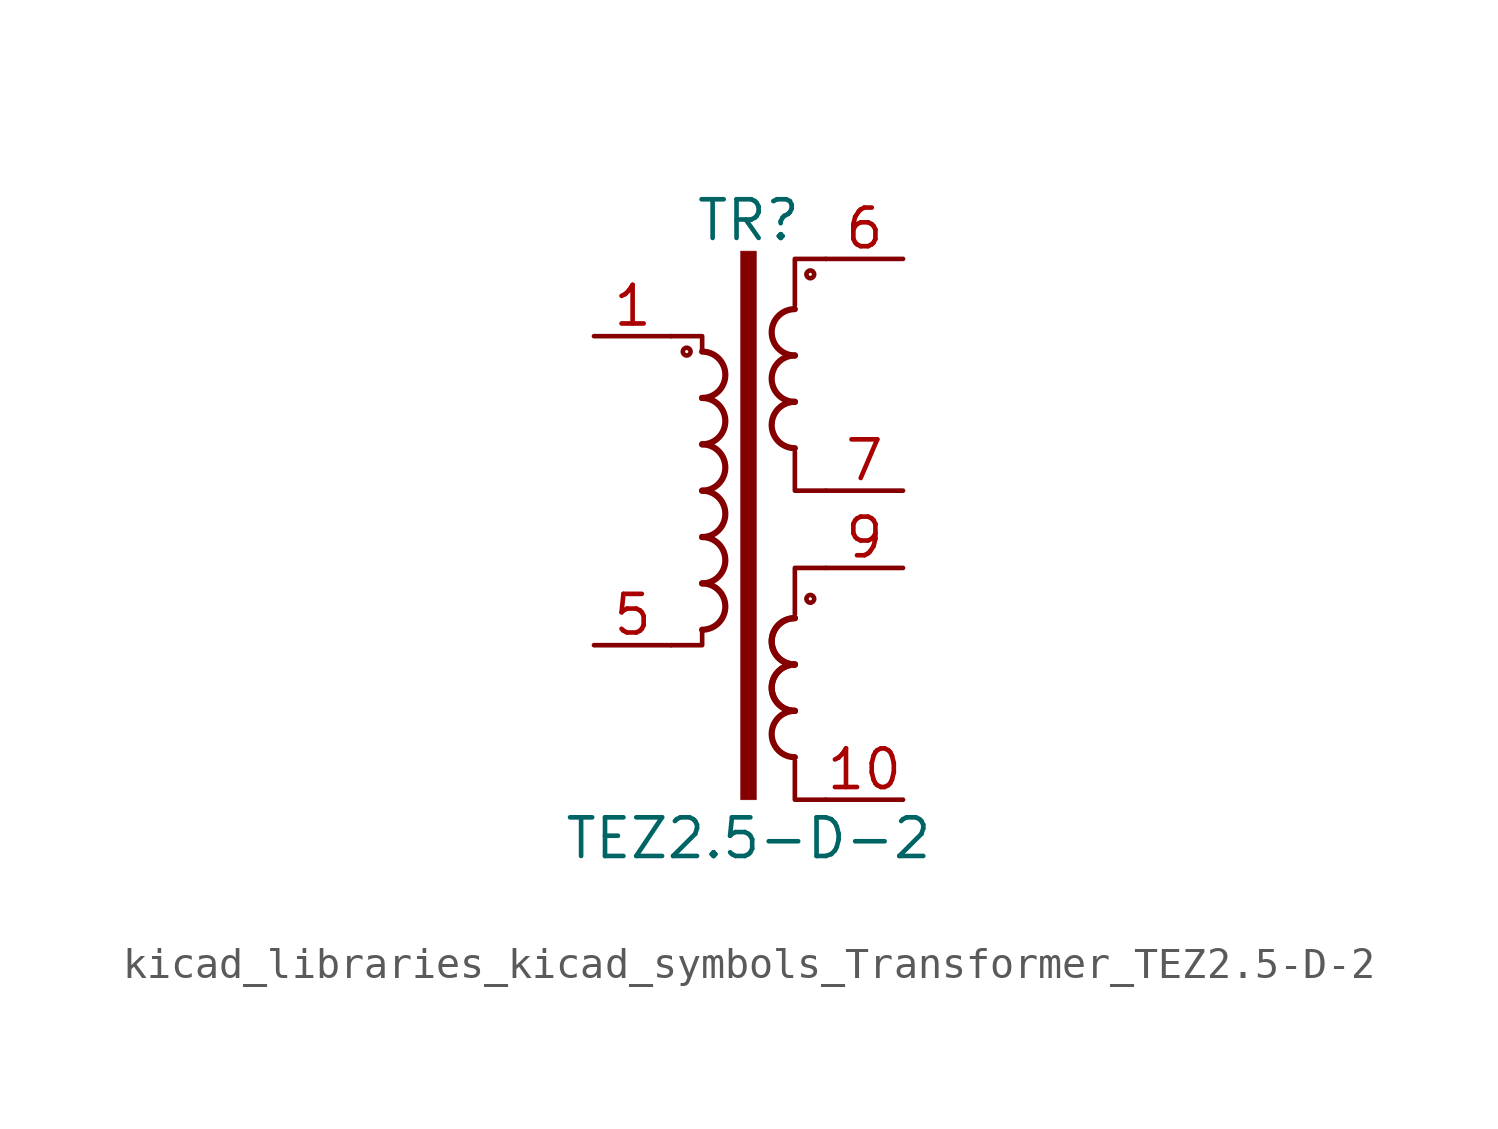
<source format=kicad_sym>
(kicad_symbol_lib
  (version 20220914)
  (generator kicad_symbol_editor)
  (symbol "kicad_libraries_kicad_symbols_Transformer_TEZ2.5-D-2"
    (pin_names
      (offset 0.025))
    (property "Reference" "TR"
      (at 0 8.89 0)
      (effects (font (size 1.27 1.27))))
    (property "Value" "TEZ2.5-D-2"
      (at 0 -11.43 0)
      (effects (font (size 1.27 1.27))))
    (symbol "kicad_libraries_kicad_symbols_Transformer_TEZ2.5-D-2_0_1"
      (circle (center -2.032 4.572) (radius 0.127) (stroke (width 0) (type default)) (fill (type none)))
      (arc (start -1.524 -4.572) (mid -0.7653 -3.81) (end -1.524 -3.048) (stroke (width 0.2032) (type default)) (fill (type none)))
      (arc (start -1.524 -3.048) (mid -0.7653 -2.286) (end -1.524 -1.524) (stroke (width 0.2032) (type default)) (fill (type none)))
      (arc (start -1.524 -1.524) (mid -0.7653 -0.762) (end -1.524 0) (stroke (width 0.2032) (type default)) (fill (type none)))
      (arc (start -1.524 0) (mid -0.7653 0.762) (end -1.524 1.524) (stroke (width 0.2032) (type default)) (fill (type none)))
      (arc (start -1.524 1.524) (mid -0.7653 2.286) (end -1.524 3.048) (stroke (width 0.2032) (type default)) (fill (type none)))
      (arc (start -1.524 3.048) (mid -0.7653 3.81) (end -1.524 4.572) (stroke (width 0.2032) (type default)) (fill (type none)))
      (rectangle (start -0.254 7.874) (end 0.254 -10.16) (stroke (width 0.025) (type default)) (fill (type outline)))
      (polyline (pts (xy -1.524 -4.572) (xy -1.524 -5.08) (xy -2.54 -5.08)) (stroke (width 0) (type default)) (fill (type none)))
      (polyline (pts (xy -1.524 4.572) (xy -1.524 5.08) (xy -2.54 5.08)) (stroke (width 0) (type default)) (fill (type none)))
      (polyline (pts (xy 1.524 -8.89) (xy 1.524 -10.16) (xy 2.54 -10.16)) (stroke (width 0) (type default)) (fill (type none)))
      (polyline (pts (xy 2.54 -2.54) (xy 1.524 -2.54) (xy 1.524 -4.064)) (stroke (width 0) (type default)) (fill (type none)))
      (polyline (pts (xy 2.54 0) (xy 1.524 0) (xy 1.524 1.27)) (stroke (width 0) (type default)) (fill (type none)))
      (polyline (pts (xy 2.54 7.62) (xy 1.524 7.62) (xy 1.524 6.096)) (stroke (width 0) (type default)) (fill (type none)))
      (arc (start 1.524 -7.239) (mid 0.7653 -8.001) (end 1.524 -8.763) (stroke (width 0.2032) (type default)) (fill (type none)))
      (arc (start 1.524 -5.715) (mid 0.7653 -6.477) (end 1.524 -7.239) (stroke (width 0.2032) (type default)) (fill (type none)))
      (arc (start 1.524 -5.715) (mid 0.7653 -6.477) (end 1.524 -7.239) (stroke (width 0.2032) (type default)) (fill (type none)))
      (arc (start 1.524 -4.191) (mid 0.7653 -4.953) (end 1.524 -5.715) (stroke (width 0.2032) (type default)) (fill (type none)))
      (arc (start 1.524 -4.191) (mid 0.7653 -4.953) (end 1.524 -5.715) (stroke (width 0.2032) (type default)) (fill (type none)))
      (arc (start 1.524 2.921) (mid 0.7653 2.159) (end 1.524 1.397) (stroke (width 0.2032) (type default)) (fill (type none)))
      (arc (start 1.524 4.445) (mid 0.7653 3.683) (end 1.524 2.921) (stroke (width 0.2032) (type default)) (fill (type none)))
      (arc (start 1.524 5.969) (mid 0.7653 5.207) (end 1.524 4.445) (stroke (width 0.2032) (type default)) (fill (type none)))
      (circle (center 2.032 -3.556) (radius 0.127) (stroke (width 0) (type default)) (fill (type none)))
      (circle (center 2.032 7.112) (radius 0.127) (stroke (width 0) (type default)) (fill (type none))))
    (symbol "kicad_libraries_kicad_symbols_Transformer_TEZ2.5-D-2_1_1"
      (pin passive line (at -5.08 5.08 0) (length 2.54) (name "~" (effects (font (size 1.27 1.27)))) (number "1" (effects (font (size 1.27 1.27)))))
      (pin passive line (at 5.08 -10.16 180) (length 2.54) (name "~" (effects (font (size 1.27 1.27)))) (number "10" (effects (font (size 1.27 1.27)))))
      (pin passive line (at -5.08 -5.08 0) (length 2.54) (name "~" (effects (font (size 1.27 1.27)))) (number "5" (effects (font (size 1.27 1.27)))))
      (pin passive line (at 5.08 7.62 180) (length 2.54) (name "~" (effects (font (size 1.27 1.27)))) (number "6" (effects (font (size 1.27 1.27)))))
      (pin passive line (at 5.08 0 180) (length 2.54) (name "~" (effects (font (size 1.27 1.27)))) (number "7" (effects (font (size 1.27 1.27)))))
      (pin passive line (at 5.08 -2.54 180) (length 2.54) (name "~" (effects (font (size 1.27 1.27)))) (number "9" (effects (font (size 1.27 1.27))))))))
</source>
